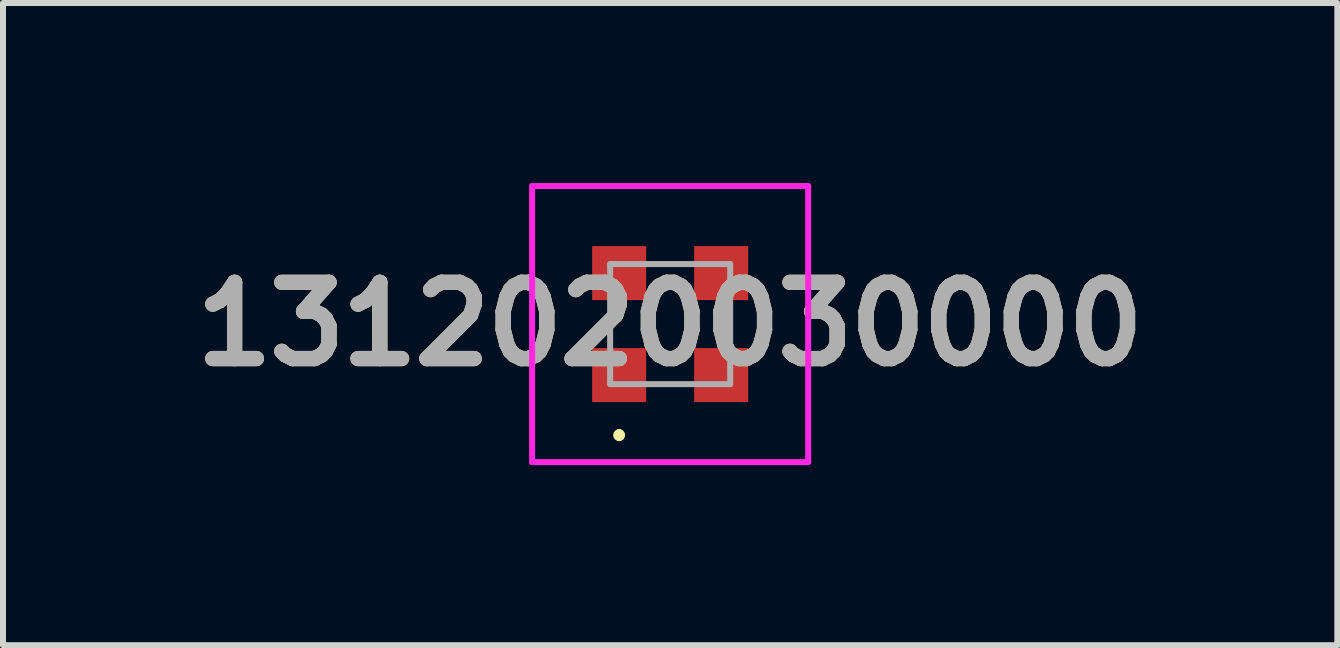
<source format=kicad_pcb>
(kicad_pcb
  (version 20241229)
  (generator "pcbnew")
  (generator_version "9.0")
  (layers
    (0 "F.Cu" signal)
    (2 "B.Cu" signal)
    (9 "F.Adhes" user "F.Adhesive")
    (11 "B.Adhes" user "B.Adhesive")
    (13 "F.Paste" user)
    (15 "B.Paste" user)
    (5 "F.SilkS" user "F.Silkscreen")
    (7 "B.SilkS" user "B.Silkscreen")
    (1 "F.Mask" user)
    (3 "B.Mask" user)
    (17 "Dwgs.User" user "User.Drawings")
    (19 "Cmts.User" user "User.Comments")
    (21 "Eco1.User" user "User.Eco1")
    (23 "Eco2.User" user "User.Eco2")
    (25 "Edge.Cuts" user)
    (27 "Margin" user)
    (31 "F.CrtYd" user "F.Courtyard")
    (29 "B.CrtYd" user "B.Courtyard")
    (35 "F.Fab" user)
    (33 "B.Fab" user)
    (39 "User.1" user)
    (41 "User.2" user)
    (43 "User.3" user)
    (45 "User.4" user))
  (footprint "1312020030000"
    (layer "F.Cu")
    (at 8.116 2.35)
    (property "Reference" "1312020030000" (at 0 0 0) (layer "F.SilkS") (effects (font (size 1.27 1.27) (thickness 0.254))))
    (attr smd)
    (fp_line (start -0.85 1.8) (end -0.85 1.8) (stroke (width 0.1) (type solid)) (layer "F.SilkS"))
    (fp_line (start -0.85 1.9) (end -0.85 1.9) (stroke (width 0.1) (type solid)) (layer "F.SilkS"))
    (fp_arc (start -0.85 1.8) (mid -0.8 1.85) (end -0.85 1.9) (stroke (width 0.1) (type solid)) (layer "F.SilkS"))
    (fp_arc (start -0.85 1.9) (mid -0.9 1.85) (end -0.85 1.8) (stroke (width 0.1) (type solid)) (layer "F.SilkS"))
    (fp_line (start -2.3 -2.3) (end 2.3 -2.3) (stroke (width 0.1) (type solid)) (layer "F.CrtYd"))
    (fp_line (start -2.3 2.3) (end -2.3 -2.3) (stroke (width 0.1) (type solid)) (layer "F.CrtYd"))
    (fp_line (start 2.3 -2.3) (end 2.3 2.3) (stroke (width 0.1) (type solid)) (layer "F.CrtYd"))
    (fp_line (start 2.3 2.3) (end -2.3 2.3) (stroke (width 0.1) (type solid)) (layer "F.CrtYd"))
    (fp_line (start -1 -1) (end 1 -1) (stroke (width 0.1) (type solid)) (layer "F.Fab"))
    (fp_line (start -1 1) (end -1 -1) (stroke (width 0.1) (type solid)) (layer "F.Fab"))
    (fp_line (start 1 -1) (end 1 1) (stroke (width 0.1) (type solid)) (layer "F.Fab"))
    (fp_line (start 1 1) (end -1 1) (stroke (width 0.1) (type solid)) (layer "F.Fab"))
    (fp_text user "${REFERENCE}" (at 0 0 0) (layer "F.Fab") (effects (font (size 1.27 1.27) (thickness 0.254))))
    (pad "1" smd rect (at -0.85 0.85 90) (size 0.9 0.9) (layers "F.Cu" "F.Mask" "F.Paste"))
    (pad "2" smd rect (at -0.85 -0.85 90) (size 0.9 0.9) (layers "F.Cu" "F.Mask" "F.Paste"))
    (pad "3" smd rect (at 0.85 -0.85 90) (size 0.9 0.9) (layers "F.Cu" "F.Mask" "F.Paste"))
    (pad "4" smd rect (at 0.85 0.85 90) (size 0.9 0.9) (layers "F.Cu" "F.Mask" "F.Paste")))
  (gr_rect
    (start -3 -3)
    (end 19.232 7.7)
    (stroke (width 0.1) (type default))
    (fill no)
    (layer "Edge.Cuts")))
</source>
